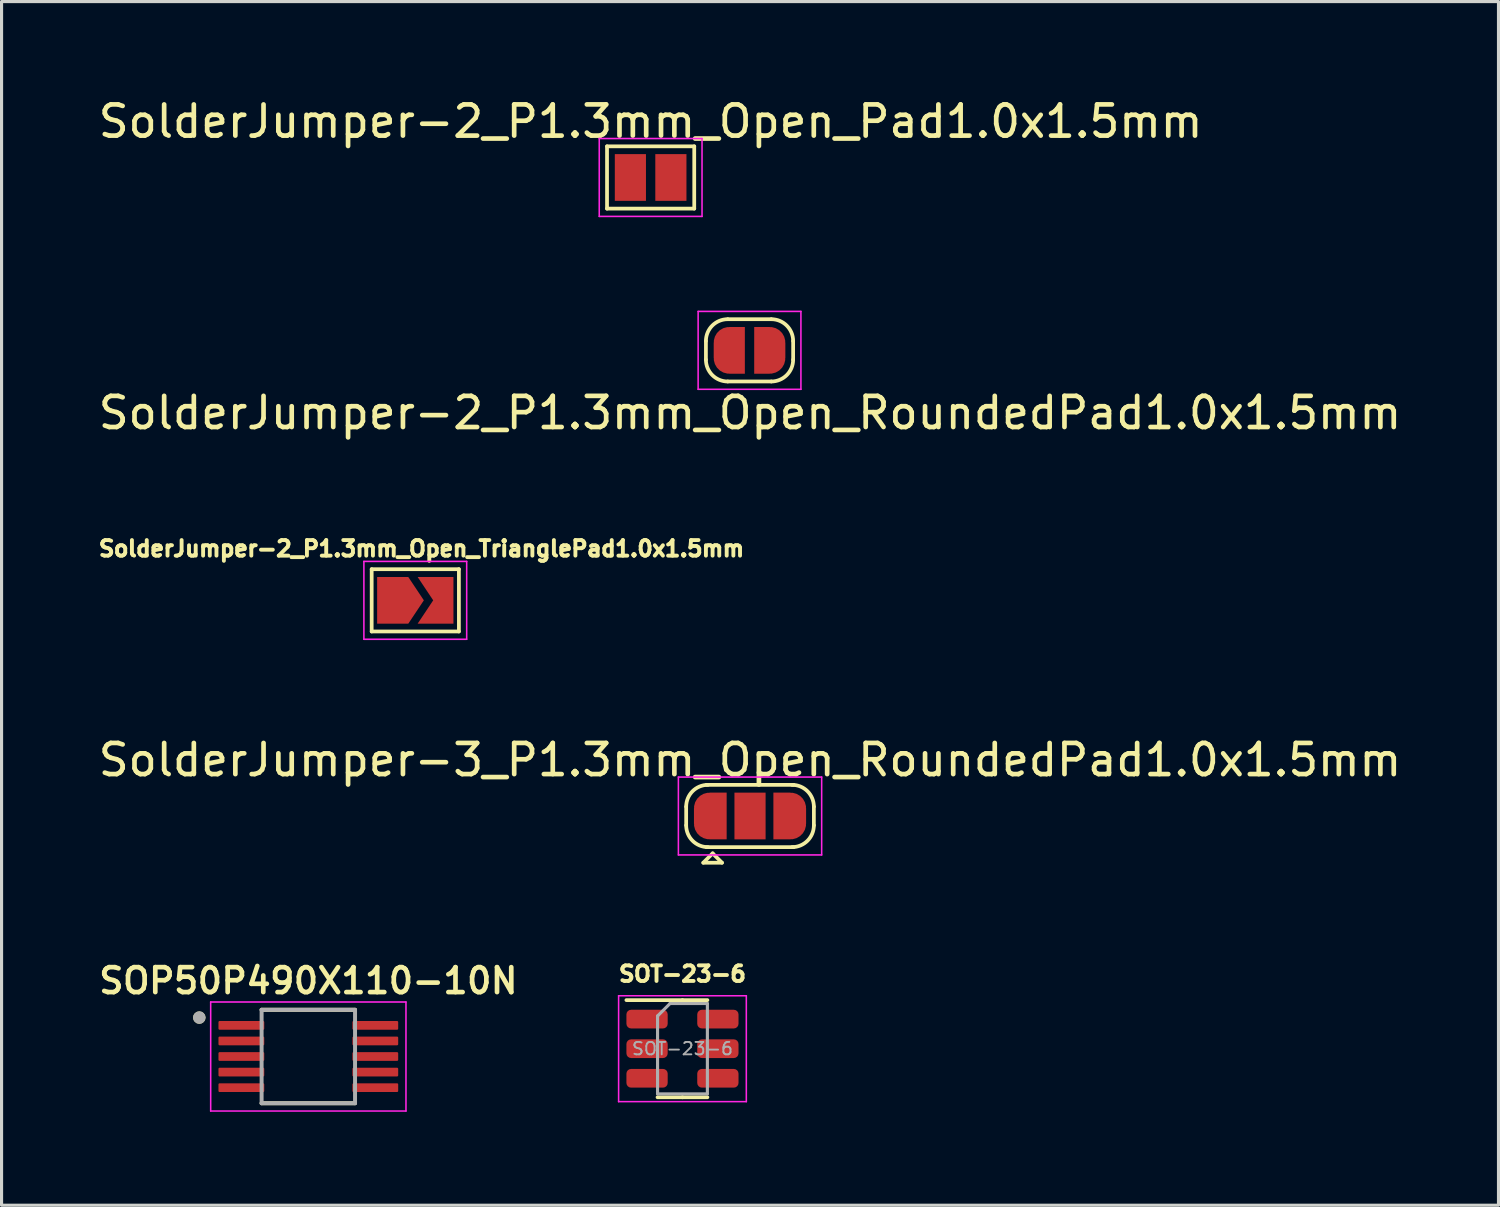
<source format=kicad_pcb>
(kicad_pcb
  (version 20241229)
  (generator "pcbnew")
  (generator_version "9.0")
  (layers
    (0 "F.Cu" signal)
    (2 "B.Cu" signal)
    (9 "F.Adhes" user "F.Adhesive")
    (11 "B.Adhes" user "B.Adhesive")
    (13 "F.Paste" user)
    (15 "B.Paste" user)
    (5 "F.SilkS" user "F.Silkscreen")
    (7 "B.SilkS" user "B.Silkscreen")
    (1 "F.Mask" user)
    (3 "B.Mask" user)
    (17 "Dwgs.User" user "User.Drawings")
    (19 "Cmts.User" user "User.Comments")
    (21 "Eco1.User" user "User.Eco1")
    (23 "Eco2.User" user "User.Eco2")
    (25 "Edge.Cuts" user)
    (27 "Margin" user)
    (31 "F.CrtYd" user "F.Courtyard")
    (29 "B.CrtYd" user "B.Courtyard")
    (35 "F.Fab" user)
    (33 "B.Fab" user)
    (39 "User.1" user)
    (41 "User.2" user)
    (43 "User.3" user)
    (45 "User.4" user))
  (footprint "SOT-23-6"
    (layer "F.Cu")
    (at 18.861 30.619)
    (property "Reference" "SOT-23-6" (at 0 -2.4 0) (layer "F.SilkS") (effects (font (size 0.5 0.5) (thickness 0.125))))
    (attr smd)
    (fp_line (start 0 -1.56) (end -1.8 -1.56) (stroke (width 0.12) (type solid)) (layer "F.SilkS"))
    (fp_line (start 0 -1.56) (end 0.8 -1.56) (stroke (width 0.12) (type solid)) (layer "F.SilkS"))
    (fp_line (start 0 1.56) (end -0.8 1.56) (stroke (width 0.12) (type solid)) (layer "F.SilkS"))
    (fp_line (start 0 1.56) (end 0.8 1.56) (stroke (width 0.12) (type solid)) (layer "F.SilkS"))
    (fp_line (start -2.05 -1.7) (end -2.05 1.7) (stroke (width 0.05) (type solid)) (layer "F.CrtYd"))
    (fp_line (start -2.05 1.7) (end 2.05 1.7) (stroke (width 0.05) (type solid)) (layer "F.CrtYd"))
    (fp_line (start 2.05 -1.7) (end -2.05 -1.7) (stroke (width 0.05) (type solid)) (layer "F.CrtYd"))
    (fp_line (start 2.05 1.7) (end 2.05 -1.7) (stroke (width 0.05) (type solid)) (layer "F.CrtYd"))
    (fp_line (start -0.8 -1.05) (end -0.4 -1.45) (stroke (width 0.1) (type solid)) (layer "F.Fab"))
    (fp_line (start -0.8 1.45) (end -0.8 -1.05) (stroke (width 0.1) (type solid)) (layer "F.Fab"))
    (fp_line (start -0.4 -1.45) (end 0.8 -1.45) (stroke (width 0.1) (type solid)) (layer "F.Fab"))
    (fp_line (start 0.8 -1.45) (end 0.8 1.45) (stroke (width 0.1) (type solid)) (layer "F.Fab"))
    (fp_line (start 0.8 1.45) (end -0.8 1.45) (stroke (width 0.1) (type solid)) (layer "F.Fab"))
    (fp_text user "${REFERENCE}" (at 0 0 0) (layer "F.Fab") (effects (font (size 0.4 0.4) (thickness 0.06))))
    (pad "1" smd roundrect (at -1.137 -0.95) (size 1.325 0.6) (layers "F.Cu" "F.Mask" "F.Paste") (roundrect_rratio 0.25))
    (pad "2" smd roundrect (at -1.137 0) (size 1.325 0.6) (layers "F.Cu" "F.Mask" "F.Paste") (roundrect_rratio 0.25))
    (pad "3" smd roundrect (at -1.137 0.95) (size 1.325 0.6) (layers "F.Cu" "F.Mask" "F.Paste") (roundrect_rratio 0.25))
    (pad "4" smd roundrect (at 1.137 0.95) (size 1.325 0.6) (layers "F.Cu" "F.Mask" "F.Paste") (roundrect_rratio 0.25))
    (pad "5" smd roundrect (at 1.137 0) (size 1.325 0.6) (layers "F.Cu" "F.Mask" "F.Paste") (roundrect_rratio 0.25))
    (pad "6" smd roundrect (at 1.137 -0.95) (size 1.325 0.6) (layers "F.Cu" "F.Mask" "F.Paste") (roundrect_rratio 0.25)))
  (footprint "SolderJumper-3_P1.3mm_Open_RoundedPad1.0x1.5mm"
    (layer "F.Cu")
    (at 21.03 23.148)
    (property "Reference" "SolderJumper-3_P1.3mm_Open_RoundedPad1.0x1.5mm" (at 0 -1.8 0) (layer "F.SilkS") (effects (font (size 1 1) (thickness 0.15))))
    (attr exclude_from_pos_files)
    (fp_line (start -2.05 0.3) (end -2.05 -0.3) (stroke (width 0.12) (type solid)) (layer "F.SilkS"))
    (fp_line (start -1.5 1.5) (end -0.9 1.5) (stroke (width 0.12) (type solid)) (layer "F.SilkS"))
    (fp_line (start -1.4 -1) (end 1.4 -1) (stroke (width 0.12) (type solid)) (layer "F.SilkS"))
    (fp_line (start -1.2 1.2) (end -1.5 1.5) (stroke (width 0.12) (type solid)) (layer "F.SilkS"))
    (fp_line (start -1.2 1.2) (end -0.9 1.5) (stroke (width 0.12) (type solid)) (layer "F.SilkS"))
    (fp_line (start 1.4 1) (end -1.4 1) (stroke (width 0.12) (type solid)) (layer "F.SilkS"))
    (fp_line (start 2.05 -0.3) (end 2.05 0.3) (stroke (width 0.12) (type solid)) (layer "F.SilkS"))
    (fp_arc (start -2.05 -0.3) (mid -1.844975 -0.794975) (end -1.35 -1) (stroke (width 0.12) (type solid)) (layer "F.SilkS"))
    (fp_arc (start -1.35 1) (mid -1.844975 0.794975) (end -2.05 0.3) (stroke (width 0.12) (type solid)) (layer "F.SilkS"))
    (fp_arc (start 1.35 -1) (mid 1.844975 -0.794975) (end 2.05 -0.3) (stroke (width 0.12) (type solid)) (layer "F.SilkS"))
    (fp_arc (start 2.05 0.3) (mid 1.844975 0.794975) (end 1.35 1) (stroke (width 0.12) (type solid)) (layer "F.SilkS"))
    (fp_line (start -2.3 -1.25) (end -2.3 1.25) (stroke (width 0.05) (type solid)) (layer "F.CrtYd"))
    (fp_line (start -2.3 -1.25) (end 2.3 -1.25) (stroke (width 0.05) (type solid)) (layer "F.CrtYd"))
    (fp_line (start 2.3 1.25) (end -2.3 1.25) (stroke (width 0.05) (type solid)) (layer "F.CrtYd"))
    (fp_line (start 2.3 1.25) (end 2.3 -1.25) (stroke (width 0.05) (type solid)) (layer "F.CrtYd"))
    (pad "1" smd custom (at -1.3 0) (size 1 0.5) (layers "F.Cu" "F.Mask") (options (anchor rect)) (primitives (gr_circle (center 0 0.25) (end 0.5 0.25) (width 0) (fill yes)) (gr_circle (center 0 -0.25) (end 0.5 -0.25) (width 0) (fill yes)) (gr_poly (pts (xy 0.55 0.75) (xy 0 0.75) (xy 0 -0.75) (xy 0.55 -0.75)) (width 0) (fill yes))))
    (pad "2" smd rect (at 0 0) (size 1 1.5) (layers "F.Cu" "F.Mask"))
    (pad "3" smd custom (at 1.3 0) (size 1 0.5) (layers "F.Cu" "F.Mask") (options (anchor rect)) (primitives (gr_circle (center 0 0.25) (end 0.5 0.25) (width 0) (fill yes)) (gr_circle (center 0 -0.25) (end 0.5 -0.25) (width 0) (fill yes)) (gr_poly (pts (xy 0 0.75) (xy -0.55 0.75) (xy -0.55 -0.75) (xy 0 -0.75)) (width 0) (fill yes)))))
  (footprint "SolderJumper-2_P1.3mm_Open_Pad1.0x1.5mm"
    (layer "F.Cu")
    (at 17.839 2.648)
    (property "Reference" "SolderJumper-2_P1.3mm_Open_Pad1.0x1.5mm" (at 0 -1.8 0) (layer "F.SilkS") (effects (font (size 1 1) (thickness 0.15))))
    (attr exclude_from_pos_files exclude_from_bom)
    (fp_line (start -1.4 -1) (end 1.4 -1) (stroke (width 0.12) (type solid)) (layer "F.SilkS"))
    (fp_line (start -1.4 1) (end -1.4 -1) (stroke (width 0.12) (type solid)) (layer "F.SilkS"))
    (fp_line (start 1.4 -1) (end 1.4 1) (stroke (width 0.12) (type solid)) (layer "F.SilkS"))
    (fp_line (start 1.4 1) (end -1.4 1) (stroke (width 0.12) (type solid)) (layer "F.SilkS"))
    (fp_line (start -1.65 -1.25) (end -1.65 1.25) (stroke (width 0.05) (type solid)) (layer "F.CrtYd"))
    (fp_line (start -1.65 -1.25) (end 1.65 -1.25) (stroke (width 0.05) (type solid)) (layer "F.CrtYd"))
    (fp_line (start 1.65 1.25) (end -1.65 1.25) (stroke (width 0.05) (type solid)) (layer "F.CrtYd"))
    (fp_line (start 1.65 1.25) (end 1.65 -1.25) (stroke (width 0.05) (type solid)) (layer "F.CrtYd"))
    (pad "1" smd rect (at -0.65 0) (size 1 1.5) (layers "F.Cu" "F.Mask"))
    (pad "2" smd rect (at 0.65 0) (size 1 1.5) (layers "F.Cu" "F.Mask")))
  (footprint "SolderJumper-2_P1.3mm_Open_RoundedPad1.0x1.5mm"
    (layer "F.Cu")
    (at 21.014 8.198)
    (property "Reference" "SolderJumper-2_P1.3mm_Open_RoundedPad1.0x1.5mm" (at 0.016 2.006 180) (layer "F.SilkS") (effects (font (size 1 1) (thickness 0.15))))
    (attr exclude_from_pos_files)
    (fp_line (start -1.4 0.3) (end -1.4 -0.3) (stroke (width 0.12) (type solid)) (layer "F.SilkS"))
    (fp_line (start -0.7 -1) (end 0.7 -1) (stroke (width 0.12) (type solid)) (layer "F.SilkS"))
    (fp_line (start 0.7 1) (end -0.7 1) (stroke (width 0.12) (type solid)) (layer "F.SilkS"))
    (fp_line (start 1.4 -0.3) (end 1.4 0.3) (stroke (width 0.12) (type solid)) (layer "F.SilkS"))
    (fp_arc (start -1.4 -0.3) (mid -1.194975 -0.794975) (end -0.7 -1) (stroke (width 0.12) (type solid)) (layer "F.SilkS"))
    (fp_arc (start -0.7 1) (mid -1.194975 0.794975) (end -1.4 0.3) (stroke (width 0.12) (type solid)) (layer "F.SilkS"))
    (fp_arc (start 0.7 -1) (mid 1.194975 -0.794975) (end 1.4 -0.3) (stroke (width 0.12) (type solid)) (layer "F.SilkS"))
    (fp_arc (start 1.4 0.3) (mid 1.194975 0.794975) (end 0.7 1) (stroke (width 0.12) (type solid)) (layer "F.SilkS"))
    (fp_line (start -1.65 -1.25) (end -1.65 1.25) (stroke (width 0.05) (type solid)) (layer "F.CrtYd"))
    (fp_line (start -1.65 -1.25) (end 1.65 -1.25) (stroke (width 0.05) (type solid)) (layer "F.CrtYd"))
    (fp_line (start 1.65 1.25) (end -1.65 1.25) (stroke (width 0.05) (type solid)) (layer "F.CrtYd"))
    (fp_line (start 1.65 1.25) (end 1.65 -1.25) (stroke (width 0.05) (type solid)) (layer "F.CrtYd"))
    (pad "1" smd custom (at -0.65 0) (size 1 0.5) (layers "F.Cu" "F.Mask") (options (anchor rect)) (primitives (gr_circle (center 0 0.25) (end 0.5 0.25) (width 0) (fill yes)) (gr_circle (center 0 -0.25) (end 0.5 -0.25) (width 0) (fill yes)) (gr_poly (pts (xy 0.5 0.75) (xy 0 0.75) (xy 0 -0.75) (xy 0.5 -0.75)) (width 0) (fill yes))))
    (pad "2" smd custom (at 0.65 0) (size 1 0.5) (layers "F.Cu" "F.Mask") (options (anchor rect)) (primitives (gr_circle (center 0 0.25) (end 0.5 0.25) (width 0) (fill yes)) (gr_circle (center 0 -0.25) (end 0.5 -0.25) (width 0) (fill yes)) (gr_poly (pts (xy 0 0.75) (xy -0.5 0.75) (xy -0.5 -0.75) (xy 0 -0.75)) (width 0) (fill yes)))))
  (footprint "SOP50P490X110-10N"
    (layer "F.Cu")
    (at 6.849 30.87)
    (property "Reference" "SOP50P490X110-10N" (at 0.001 -2.431 0) (layer "F.SilkS") (effects (font (size 0.8 0.8) (thickness 0.15))))
    (attr smd)
    (fp_line (start -1.5 -1.5) (end 1.5 -1.5) (stroke (width 0.127) (type solid)) (layer "F.SilkS"))
    (fp_line (start -1.5 1.5) (end 1.5 1.5) (stroke (width 0.127) (type solid)) (layer "F.SilkS"))
    (fp_circle (center -3.5 -1.25) (end -3.4 -1.25) (stroke (width 0.2) (type solid)) (fill no) (layer "F.SilkS"))
    (fp_line (start -3.135 -1.75) (end -3.135 1.75) (stroke (width 0.05) (type solid)) (layer "F.CrtYd"))
    (fp_line (start -3.135 -1.75) (end 3.135 -1.75) (stroke (width 0.05) (type solid)) (layer "F.CrtYd"))
    (fp_line (start -3.135 1.75) (end 3.135 1.75) (stroke (width 0.05) (type solid)) (layer "F.CrtYd"))
    (fp_line (start 3.135 -1.75) (end 3.135 1.75) (stroke (width 0.05) (type solid)) (layer "F.CrtYd"))
    (fp_line (start -1.5 -1.5) (end -1.5 1.5) (stroke (width 0.127) (type solid)) (layer "F.Fab"))
    (fp_line (start -1.5 -1.5) (end 1.5 -1.5) (stroke (width 0.127) (type solid)) (layer "F.Fab"))
    (fp_line (start -1.5 1.5) (end 1.5 1.5) (stroke (width 0.127) (type solid)) (layer "F.Fab"))
    (fp_line (start 1.5 -1.5) (end 1.5 1.5) (stroke (width 0.127) (type solid)) (layer "F.Fab"))
    (fp_circle (center -3.5 -1.25) (end -3.4 -1.25) (stroke (width 0.2) (type solid)) (fill no) (layer "F.Fab"))
    (pad "1" smd roundrect (at -2.15 -1) (size 1.47 0.28) (layers "F.Cu" "F.Mask" "F.Paste") (roundrect_rratio 0.125))
    (pad "2" smd roundrect (at -2.15 -0.5) (size 1.47 0.28) (layers "F.Cu" "F.Mask" "F.Paste") (roundrect_rratio 0.125))
    (pad "3" smd roundrect (at -2.15 0) (size 1.47 0.28) (layers "F.Cu" "F.Mask" "F.Paste") (roundrect_rratio 0.125))
    (pad "4" smd roundrect (at -2.15 0.5) (size 1.47 0.28) (layers "F.Cu" "F.Mask" "F.Paste") (roundrect_rratio 0.125))
    (pad "5" smd roundrect (at -2.15 1) (size 1.47 0.28) (layers "F.Cu" "F.Mask" "F.Paste") (roundrect_rratio 0.125))
    (pad "6" smd roundrect (at 2.15 1) (size 1.47 0.28) (layers "F.Cu" "F.Mask" "F.Paste") (roundrect_rratio 0.125))
    (pad "7" smd roundrect (at 2.15 0.5) (size 1.47 0.28) (layers "F.Cu" "F.Mask" "F.Paste") (roundrect_rratio 0.125))
    (pad "8" smd roundrect (at 2.15 0) (size 1.47 0.28) (layers "F.Cu" "F.Mask" "F.Paste") (roundrect_rratio 0.125))
    (pad "9" smd roundrect (at 2.15 -0.5) (size 1.47 0.28) (layers "F.Cu" "F.Mask" "F.Paste") (roundrect_rratio 0.125))
    (pad "10" smd roundrect (at 2.15 -1) (size 1.47 0.28) (layers "F.Cu" "F.Mask" "F.Paste") (roundrect_rratio 0.125)))
  (footprint "SolderJumper-2_P1.3mm_Open_TrianglePad1.0x1.5mm"
    (layer "F.Cu")
    (at 10.283 16.224)
    (property "Reference" "SolderJumper-2_P1.3mm_Open_TrianglePad1.0x1.5mm" (at 0.2 -1.66 0) (layer "F.SilkS") (effects (font (size 0.5 0.5) (thickness 0.125))))
    (attr exclude_from_pos_files)
    (fp_line (start -1.4 -1) (end 1.4 -1) (stroke (width 0.12) (type solid)) (layer "F.SilkS"))
    (fp_line (start -1.4 1) (end -1.4 -1) (stroke (width 0.12) (type solid)) (layer "F.SilkS"))
    (fp_line (start 1.4 -1) (end 1.4 1) (stroke (width 0.12) (type solid)) (layer "F.SilkS"))
    (fp_line (start 1.4 1) (end -1.4 1) (stroke (width 0.12) (type solid)) (layer "F.SilkS"))
    (fp_line (start -1.65 -1.25) (end -1.65 1.25) (stroke (width 0.05) (type solid)) (layer "F.CrtYd"))
    (fp_line (start -1.65 -1.25) (end 1.65 -1.25) (stroke (width 0.05) (type solid)) (layer "F.CrtYd"))
    (fp_line (start 1.65 1.25) (end -1.65 1.25) (stroke (width 0.05) (type solid)) (layer "F.CrtYd"))
    (fp_line (start 1.65 1.25) (end 1.65 -1.25) (stroke (width 0.05) (type solid)) (layer "F.CrtYd"))
    (pad "1" smd custom (at -0.725 0) (size 0.3 0.3) (layers "F.Cu" "F.Mask") (options (anchor rect)) (primitives (gr_poly (pts (xy 1 0) (xy 0.5 0.75) (xy -0.5 0.75) (xy -0.5 -0.75) (xy 0.5 -0.75)) (width 0) (fill yes))))
    (pad "2" smd custom (at 0.725 0) (size 0.3 0.3) (layers "F.Cu" "F.Mask") (options (anchor rect)) (primitives (gr_poly (pts (xy 0.5 0.75) (xy -0.65 0.75) (xy -0.15 0) (xy -0.65 -0.75) (xy 0.5 -0.75)) (width 0) (fill yes)))))
  (gr_rect
    (start -3 -3)
    (end 45.06 35.645)
    (stroke (width 0.1) (type default))
    (fill no)
    (layer "Edge.Cuts")))
</source>
